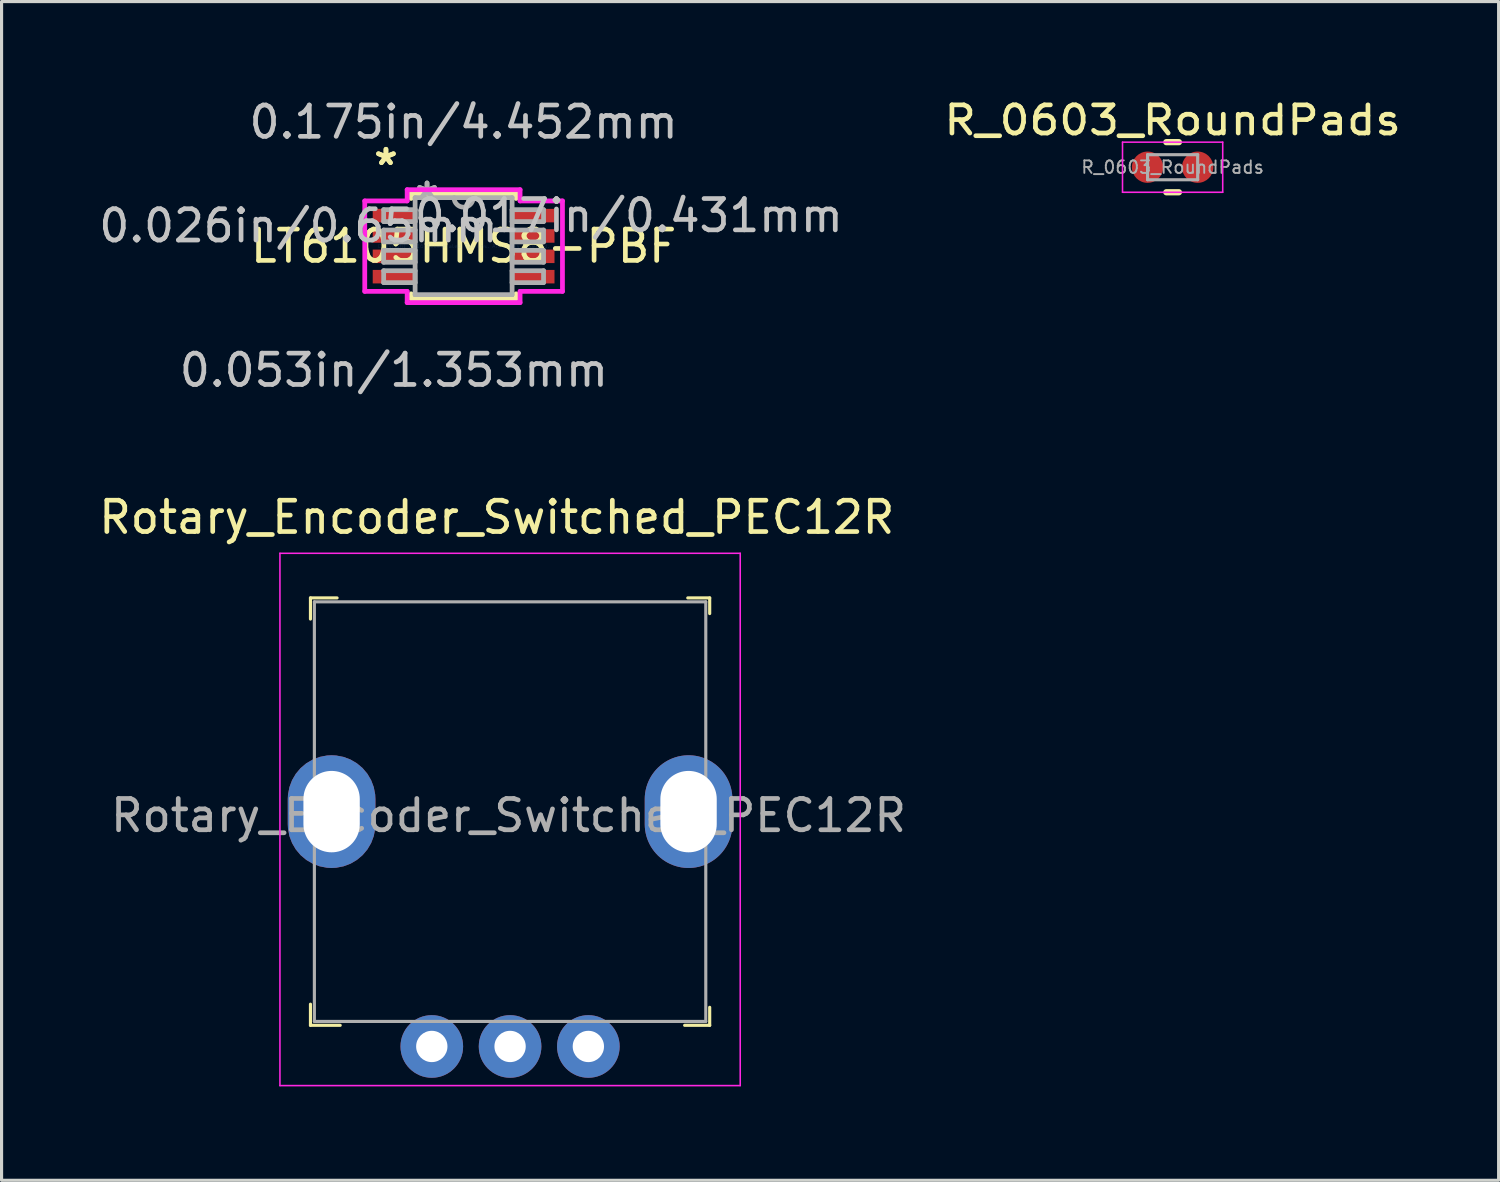
<source format=kicad_pcb>
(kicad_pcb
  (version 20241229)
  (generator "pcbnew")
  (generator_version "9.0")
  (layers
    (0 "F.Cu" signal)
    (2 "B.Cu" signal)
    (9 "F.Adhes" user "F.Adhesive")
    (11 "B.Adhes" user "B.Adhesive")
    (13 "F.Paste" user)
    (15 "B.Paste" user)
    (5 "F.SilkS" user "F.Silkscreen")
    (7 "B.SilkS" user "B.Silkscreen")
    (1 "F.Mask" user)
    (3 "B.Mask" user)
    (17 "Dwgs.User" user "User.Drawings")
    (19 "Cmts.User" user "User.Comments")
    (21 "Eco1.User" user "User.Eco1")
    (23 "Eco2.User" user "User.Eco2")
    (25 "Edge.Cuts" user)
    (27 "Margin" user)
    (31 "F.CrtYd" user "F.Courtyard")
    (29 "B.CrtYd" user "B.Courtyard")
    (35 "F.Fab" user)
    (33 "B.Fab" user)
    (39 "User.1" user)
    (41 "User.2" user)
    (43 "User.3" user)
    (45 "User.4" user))
  (footprint "Rotary_Encoder_Switched_PEC12R"
    (layer "F.Cu")
    (at 13.24 22.87)
    (property "Reference" "Rotary_Encoder_Switched_PEC12R" (at -0.425 -9.4 0) (layer "F.SilkS") (effects (font (size 1 1) (thickness 0.15))))
    (attr through_hole)
    (fp_line (start -6.375 -6.825) (end -6.375 -6.15) (stroke (width 0.1) (type solid)) (layer "F.SilkS"))
    (fp_line (start -6.375 6.825) (end -6.375 6.15) (stroke (width 0.1) (type solid)) (layer "F.SilkS"))
    (fp_line (start -5.525 -6.825) (end -6.375 -6.825) (stroke (width 0.1) (type solid)) (layer "F.SilkS"))
    (fp_line (start -5.425 6.825) (end -6.375 6.825) (stroke (width 0.1) (type solid)) (layer "F.SilkS"))
    (fp_line (start 5.675 -6.825) (end 6.375 -6.825) (stroke (width 0.1) (type solid)) (layer "F.SilkS"))
    (fp_line (start 6.375 -6.825) (end 6.375 -6.325) (stroke (width 0.1) (type solid)) (layer "F.SilkS"))
    (fp_line (start 6.375 6.25) (end 6.375 6.825) (stroke (width 0.1) (type solid)) (layer "F.SilkS"))
    (fp_line (start 6.375 6.825) (end 5.575 6.825) (stroke (width 0.1) (type solid)) (layer "F.SilkS"))
    (fp_line (start -7.35 -8.25) (end 7.35 -8.25) (stroke (width 0.05) (type solid)) (layer "F.CrtYd"))
    (fp_line (start -7.35 8.75) (end -7.35 -8.25) (stroke (width 0.05) (type solid)) (layer "F.CrtYd"))
    (fp_line (start 7.35 -8.25) (end 7.35 8.75) (stroke (width 0.05) (type solid)) (layer "F.CrtYd"))
    (fp_line (start 7.35 8.75) (end -7.35 8.75) (stroke (width 0.05) (type solid)) (layer "F.CrtYd"))
    (fp_line (start -6.25 -6.7) (end -6.25 6.7) (stroke (width 0.1) (type solid)) (layer "F.Fab"))
    (fp_line (start -6.25 -6.7) (end 6.25 -6.7) (stroke (width 0.1) (type solid)) (layer "F.Fab"))
    (fp_line (start -6.25 6.7) (end 6.25 6.7) (stroke (width 0.1) (type solid)) (layer "F.Fab"))
    (fp_line (start 6.25 -6.7) (end 6.25 6.7) (stroke (width 0.1) (type solid)) (layer "F.Fab"))
    (fp_text user "${REFERENCE}" (at -0.05 0.125 0) (layer "F.Fab") (effects (font (size 1 1) (thickness 0.15))))
    (pad "3" thru_hole roundrect (at -5.7 0) (size 2.8 3.6) (drill oval 1.8 2.6) (layers "*.Cu" "*.Mask") (roundrect_rratio 0.5))
    (pad "3" thru_hole oval (at 5.7 0) (size 2.8 3.6) (drill oval 1.8 2.6) (layers "*.Cu" "*.Mask"))
    (pad "A" thru_hole circle (at -2.5 7.5) (size 2 2) (drill 1) (layers "*.Cu" "*.Mask"))
    (pad "B" thru_hole circle (at 2.5 7.5) (size 2 2) (drill 1) (layers "*.Cu" "*.Mask"))
    (pad "C" thru_hole circle (at 0 7.5) (size 2 2) (drill 1) (layers "*.Cu" "*.Mask")))
  (footprint "LT6105HMS8-PBF"
    (layer "F.Cu")
    (at 11.756 4.811)
    (property "Reference" "LT6105HMS8-PBF" (at 0 0 0) (layer "F.SilkS") (effects (font (size 1 1) (thickness 0.15))))
    (attr through_hole)
    (fp_line (start -1.676 -1.676) (end -1.676 -1.523) (stroke (width 0.152) (type solid)) (layer "F.SilkS"))
    (fp_line (start -1.676 1.523) (end -1.676 1.676) (stroke (width 0.152) (type solid)) (layer "F.SilkS"))
    (fp_line (start -1.676 1.676) (end 1.676 1.676) (stroke (width 0.152) (type solid)) (layer "F.SilkS"))
    (fp_line (start 1.676 -1.676) (end -1.676 -1.676) (stroke (width 0.152) (type solid)) (layer "F.SilkS"))
    (fp_line (start 1.676 -1.523) (end 1.676 -1.676) (stroke (width 0.152) (type solid)) (layer "F.SilkS"))
    (fp_line (start 1.676 1.676) (end 1.676 1.523) (stroke (width 0.152) (type solid)) (layer "F.SilkS"))
    (fp_line (start -3.157 -1.444) (end -1.803 -1.444) (stroke (width 0.152) (type solid)) (layer "F.CrtYd"))
    (fp_line (start -3.157 1.444) (end -3.157 -1.444) (stroke (width 0.152) (type solid)) (layer "F.CrtYd"))
    (fp_line (start -1.803 -1.803) (end 1.803 -1.803) (stroke (width 0.152) (type solid)) (layer "F.CrtYd"))
    (fp_line (start -1.803 -1.444) (end -1.803 -1.803) (stroke (width 0.152) (type solid)) (layer "F.CrtYd"))
    (fp_line (start -1.803 1.444) (end -3.157 1.444) (stroke (width 0.152) (type solid)) (layer "F.CrtYd"))
    (fp_line (start -1.803 1.803) (end -1.803 1.444) (stroke (width 0.152) (type solid)) (layer "F.CrtYd"))
    (fp_line (start 1.803 -1.803) (end 1.803 -1.444) (stroke (width 0.152) (type solid)) (layer "F.CrtYd"))
    (fp_line (start 1.803 -1.444) (end 3.157 -1.444) (stroke (width 0.152) (type solid)) (layer "F.CrtYd"))
    (fp_line (start 1.803 1.444) (end 1.803 1.803) (stroke (width 0.152) (type solid)) (layer "F.CrtYd"))
    (fp_line (start 1.803 1.803) (end -1.803 1.803) (stroke (width 0.152) (type solid)) (layer "F.CrtYd"))
    (fp_line (start 3.157 -1.444) (end 3.157 1.444) (stroke (width 0.152) (type solid)) (layer "F.CrtYd"))
    (fp_line (start 3.157 1.444) (end 1.803 1.444) (stroke (width 0.152) (type solid)) (layer "F.CrtYd"))
    (fp_line (start -2.553 -1.165) (end -2.553 -0.784) (stroke (width 0.152) (type solid)) (layer "F.Fab"))
    (fp_line (start -2.553 -0.784) (end -1.549 -0.784) (stroke (width 0.152) (type solid)) (layer "F.Fab"))
    (fp_line (start -2.553 -0.515) (end -2.553 -0.135) (stroke (width 0.152) (type solid)) (layer "F.Fab"))
    (fp_line (start -2.553 -0.135) (end -1.549 -0.135) (stroke (width 0.152) (type solid)) (layer "F.Fab"))
    (fp_line (start -2.553 0.135) (end -2.553 0.515) (stroke (width 0.152) (type solid)) (layer "F.Fab"))
    (fp_line (start -2.553 0.515) (end -1.549 0.515) (stroke (width 0.152) (type solid)) (layer "F.Fab"))
    (fp_line (start -2.553 0.784) (end -2.553 1.165) (stroke (width 0.152) (type solid)) (layer "F.Fab"))
    (fp_line (start -2.553 1.165) (end -1.549 1.165) (stroke (width 0.152) (type solid)) (layer "F.Fab"))
    (fp_line (start -1.549 -1.549) (end -1.549 1.549) (stroke (width 0.152) (type solid)) (layer "F.Fab"))
    (fp_line (start -1.549 -1.165) (end -2.553 -1.165) (stroke (width 0.152) (type solid)) (layer "F.Fab"))
    (fp_line (start -1.549 -0.784) (end -1.549 -1.165) (stroke (width 0.152) (type solid)) (layer "F.Fab"))
    (fp_line (start -1.549 -0.515) (end -2.553 -0.515) (stroke (width 0.152) (type solid)) (layer "F.Fab"))
    (fp_line (start -1.549 -0.135) (end -1.549 -0.515) (stroke (width 0.152) (type solid)) (layer "F.Fab"))
    (fp_line (start -1.549 0.135) (end -2.553 0.135) (stroke (width 0.152) (type solid)) (layer "F.Fab"))
    (fp_line (start -1.549 0.515) (end -1.549 0.135) (stroke (width 0.152) (type solid)) (layer "F.Fab"))
    (fp_line (start -1.549 0.784) (end -2.553 0.784) (stroke (width 0.152) (type solid)) (layer "F.Fab"))
    (fp_line (start -1.549 1.165) (end -1.549 0.784) (stroke (width 0.152) (type solid)) (layer "F.Fab"))
    (fp_line (start -1.549 1.549) (end 1.549 1.549) (stroke (width 0.152) (type solid)) (layer "F.Fab"))
    (fp_line (start 1.549 -1.549) (end -1.549 -1.549) (stroke (width 0.152) (type solid)) (layer "F.Fab"))
    (fp_line (start 1.549 -1.165) (end 1.549 -0.784) (stroke (width 0.152) (type solid)) (layer "F.Fab"))
    (fp_line (start 1.549 -0.784) (end 2.553 -0.784) (stroke (width 0.152) (type solid)) (layer "F.Fab"))
    (fp_line (start 1.549 -0.515) (end 1.549 -0.135) (stroke (width 0.152) (type solid)) (layer "F.Fab"))
    (fp_line (start 1.549 -0.135) (end 2.553 -0.135) (stroke (width 0.152) (type solid)) (layer "F.Fab"))
    (fp_line (start 1.549 0.135) (end 1.549 0.515) (stroke (width 0.152) (type solid)) (layer "F.Fab"))
    (fp_line (start 1.549 0.515) (end 2.553 0.515) (stroke (width 0.152) (type solid)) (layer "F.Fab"))
    (fp_line (start 1.549 0.784) (end 1.549 1.165) (stroke (width 0.152) (type solid)) (layer "F.Fab"))
    (fp_line (start 1.549 1.165) (end 2.553 1.165) (stroke (width 0.152) (type solid)) (layer "F.Fab"))
    (fp_line (start 1.549 1.549) (end 1.549 -1.549) (stroke (width 0.152) (type solid)) (layer "F.Fab"))
    (fp_line (start 2.553 -1.165) (end 1.549 -1.165) (stroke (width 0.152) (type solid)) (layer "F.Fab"))
    (fp_line (start 2.553 -0.784) (end 2.553 -1.165) (stroke (width 0.152) (type solid)) (layer "F.Fab"))
    (fp_line (start 2.553 -0.515) (end 1.549 -0.515) (stroke (width 0.152) (type solid)) (layer "F.Fab"))
    (fp_line (start 2.553 -0.135) (end 2.553 -0.515) (stroke (width 0.152) (type solid)) (layer "F.Fab"))
    (fp_line (start 2.553 0.135) (end 1.549 0.135) (stroke (width 0.152) (type solid)) (layer "F.Fab"))
    (fp_line (start 2.553 0.515) (end 2.553 0.135) (stroke (width 0.152) (type solid)) (layer "F.Fab"))
    (fp_line (start 2.553 0.784) (end 1.549 0.784) (stroke (width 0.152) (type solid)) (layer "F.Fab"))
    (fp_line (start 2.553 1.165) (end 2.553 0.784) (stroke (width 0.152) (type solid)) (layer "F.Fab"))
    (fp_arc (start 0.3048 -1.5494) (mid 0 -1.2446) (end -0.3048 -1.5494) (stroke (width 0.1524) (type solid)) (layer "F.Fab"))
    (fp_text user "*" (at -2.48 -2.549 0) (layer "F.SilkS") (effects (font (size 1 1) (thickness 0.15))))
    (fp_text user "*" (at -2.48 -2.549 0) (layer "F.SilkS") (effects (font (size 1 1) (thickness 0.15))))
    (fp_text user "0.175in/4.452mm" (at 0 -3.962 0) (layer "Dwgs.User") (effects (font (size 1 1) (thickness 0.15))))
    (fp_text user "0.026in/0.65mm" (at -5.274 -0.65 0) (layer "Dwgs.User") (effects (font (size 1 1) (thickness 0.15))))
    (fp_text user "0.053in/1.353mm" (at -2.226 3.962 0) (layer "Dwgs.User") (effects (font (size 1 1) (thickness 0.15))))
    (fp_text user "0.017in/0.431mm" (at 5.274 -0.975 0) (layer "Dwgs.User") (effects (font (size 1 1) (thickness 0.15))))
    (fp_text user "Copyright 2016 Accelerated Designs. All rights reserved." (at 0 0 0) (layer "Cmts.User") (effects (font (size 0.127 0.127) (thickness 0.002))))
    (fp_text user "*" (at -1.168 -1.473 0) (layer "F.Fab") (effects (font (size 1 1) (thickness 0.15))))
    (fp_text user "*" (at -1.168 -1.473 0) (layer "F.Fab") (effects (font (size 1 1) (thickness 0.15))))
    (pad "1" smd rect (at -2.226 -0.975) (size 1.353 0.431) (layers "F.Cu" "F.Mask" "F.Paste"))
    (pad "2" smd rect (at -2.226 -0.325) (size 1.353 0.431) (layers "F.Cu" "F.Mask" "F.Paste"))
    (pad "3" smd rect (at -2.226 0.325) (size 1.353 0.431) (layers "F.Cu" "F.Mask" "F.Paste"))
    (pad "4" smd rect (at -2.226 0.975) (size 1.353 0.431) (layers "F.Cu" "F.Mask" "F.Paste"))
    (pad "5" smd rect (at 2.226 0.975) (size 1.353 0.431) (layers "F.Cu" "F.Mask" "F.Paste"))
    (pad "6" smd rect (at 2.226 0.325) (size 1.353 0.431) (layers "F.Cu" "F.Mask" "F.Paste"))
    (pad "7" smd rect (at 2.226 -0.325) (size 1.353 0.431) (layers "F.Cu" "F.Mask" "F.Paste"))
    (pad "8" smd rect (at 2.226 -0.975) (size 1.353 0.431) (layers "F.Cu" "F.Mask" "F.Paste")))
  (footprint "R_0603_RoundPads"
    (layer "F.Cu")
    (at 34.399 2.29)
    (property "Reference" "R_0603_RoundPads" (at 0 -1.5 0) (layer "F.SilkS") (effects (font (size 0.9 1) (thickness 0.15))))
    (attr smd)
    (fp_line (start -0.2 -0.8) (end 0.2 -0.8) (stroke (width 0.2) (type solid)) (layer "F.SilkS"))
    (fp_line (start -0.2 0.8) (end 0.2 0.8) (stroke (width 0.2) (type solid)) (layer "F.SilkS"))
    (fp_line (start -1.6 -0.8) (end 1.6 -0.8) (stroke (width 0.05) (type solid)) (layer "F.CrtYd"))
    (fp_line (start -1.6 0.8) (end -1.6 -0.8) (stroke (width 0.05) (type solid)) (layer "F.CrtYd"))
    (fp_line (start 1.6 -0.8) (end 1.6 0.8) (stroke (width 0.05) (type solid)) (layer "F.CrtYd"))
    (fp_line (start 1.6 0.8) (end -1.6 0.8) (stroke (width 0.05) (type solid)) (layer "F.CrtYd"))
    (fp_line (start -0.8 -0.4) (end 0.8 -0.4) (stroke (width 0.1) (type solid)) (layer "F.Fab"))
    (fp_line (start -0.8 0.4) (end -0.8 -0.4) (stroke (width 0.1) (type solid)) (layer "F.Fab"))
    (fp_line (start 0.8 -0.4) (end 0.8 0.4) (stroke (width 0.1) (type solid)) (layer "F.Fab"))
    (fp_line (start 0.8 0.4) (end -0.8 0.4) (stroke (width 0.1) (type solid)) (layer "F.Fab"))
    (fp_text user "${REFERENCE}" (at 0 0 0) (layer "F.Fab") (effects (font (size 0.4 0.4) (thickness 0.06))))
    (pad "1" smd circle (at -0.8 0) (size 1 1) (layers "F.Cu" "F.Mask" "F.Paste"))
    (pad "2" smd circle (at 0.8 0) (size 1 1) (layers "F.Cu" "F.Mask" "F.Paste")))
  (gr_rect
    (start -3 -3)
    (end 44.81 34.645)
    (stroke (width 0.1) (type default))
    (fill no)
    (layer "Edge.Cuts")))
</source>
